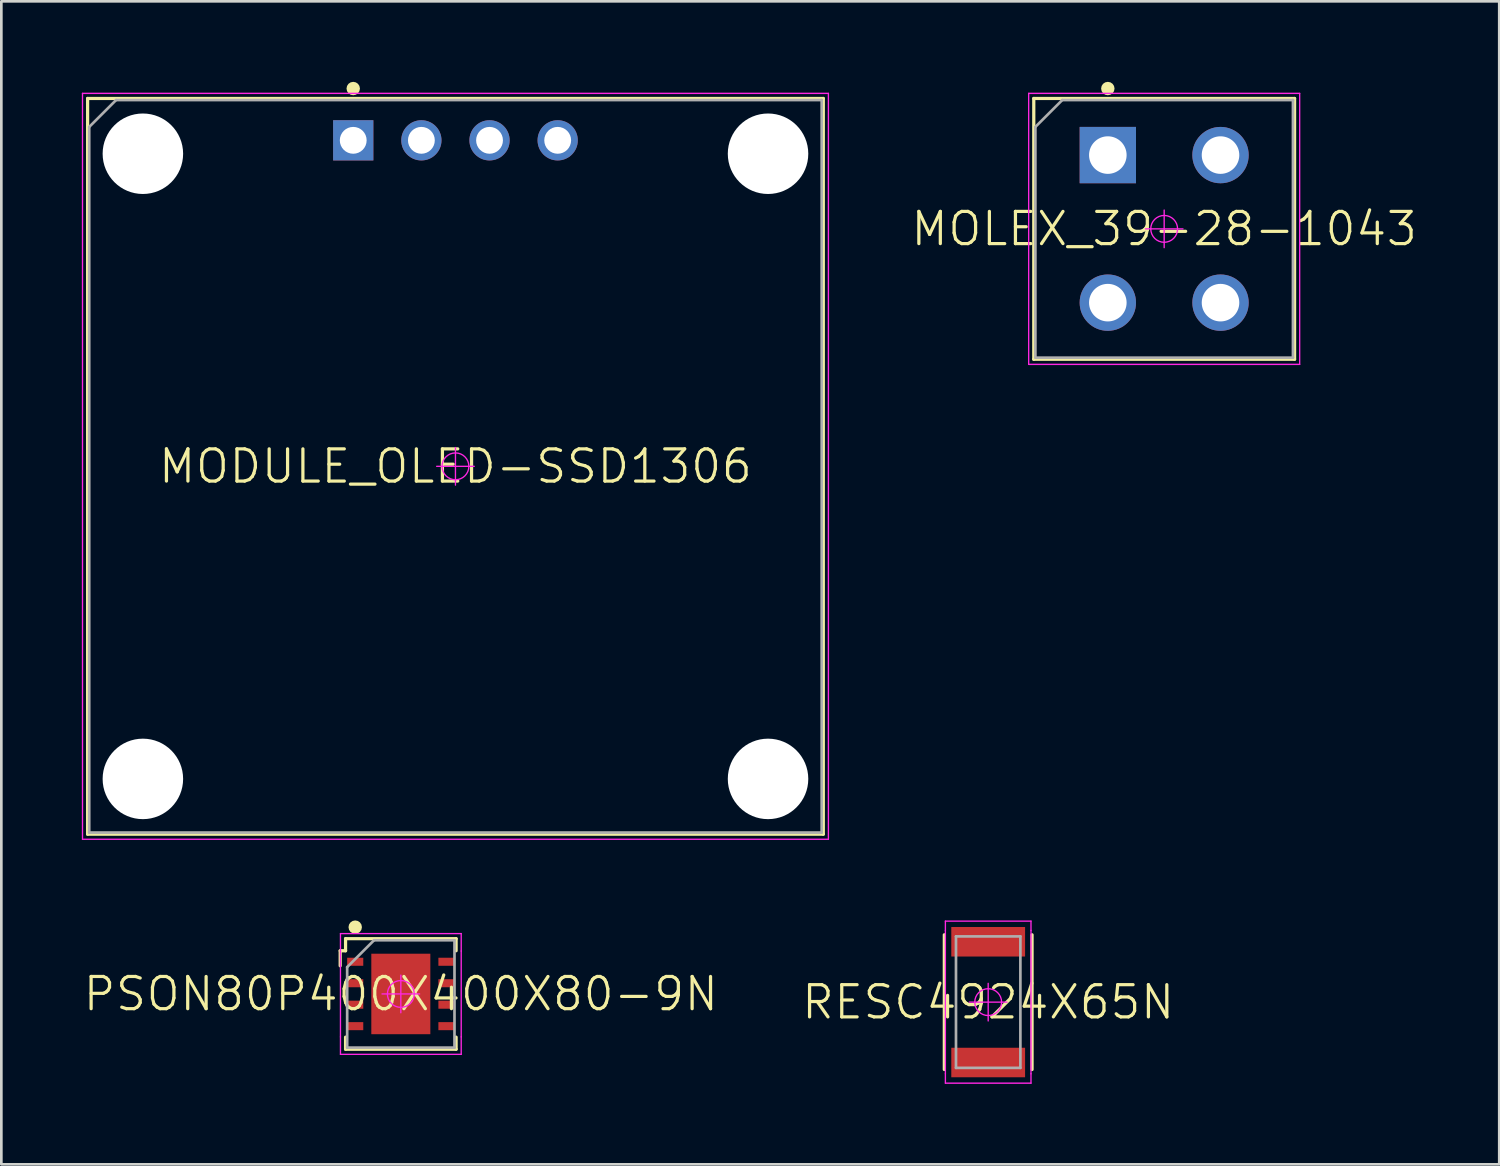
<source format=kicad_pcb>
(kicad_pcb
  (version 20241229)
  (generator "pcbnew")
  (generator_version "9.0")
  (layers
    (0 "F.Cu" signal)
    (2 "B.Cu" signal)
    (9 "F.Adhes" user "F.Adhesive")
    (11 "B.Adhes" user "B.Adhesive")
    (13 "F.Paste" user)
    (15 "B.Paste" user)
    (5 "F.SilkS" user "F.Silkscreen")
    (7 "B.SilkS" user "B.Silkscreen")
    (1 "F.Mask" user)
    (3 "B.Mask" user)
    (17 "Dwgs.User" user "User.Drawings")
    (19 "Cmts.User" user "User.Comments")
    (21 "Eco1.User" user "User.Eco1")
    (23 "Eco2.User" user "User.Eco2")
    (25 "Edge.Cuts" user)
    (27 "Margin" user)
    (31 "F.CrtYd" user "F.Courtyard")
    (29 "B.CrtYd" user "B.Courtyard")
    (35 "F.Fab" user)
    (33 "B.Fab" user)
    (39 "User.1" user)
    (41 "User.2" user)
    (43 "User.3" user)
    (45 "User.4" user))
  (footprint "MODULE_OLED-SSD1306"
    (layer "F.Cu")
    (at 13.925 14.33)
    (property "Reference" "MODULE_OLED-SSD1306" (at 0 0 0) (layer "F.SilkS") (effects (font (size 1.2 1.2) (thickness 0.12))))
    (attr through_hole)
    (fp_line (start -13.71 -13.71) (end 13.71 -13.71) (stroke (width 0.12) (type solid)) (layer "F.SilkS"))
    (fp_line (start -13.71 13.71) (end -13.71 -13.71) (stroke (width 0.12) (type solid)) (layer "F.SilkS"))
    (fp_line (start 13.71 -13.71) (end 13.71 13.71) (stroke (width 0.12) (type solid)) (layer "F.SilkS"))
    (fp_line (start 13.71 13.71) (end -13.71 13.71) (stroke (width 0.12) (type solid)) (layer "F.SilkS"))
    (fp_circle (center -3.81 -14.08) (end -3.81 -13.955) (stroke (width 0.25) (type solid)) (fill no) (layer "F.SilkS"))
    (fp_line (start -13.9 -13.9) (end 13.9 -13.9) (stroke (width 0.05) (type solid)) (layer "F.CrtYd"))
    (fp_line (start -13.9 13.9) (end -13.9 -13.9) (stroke (width 0.05) (type solid)) (layer "F.CrtYd"))
    (fp_line (start -0.7 0) (end 0.7 0) (stroke (width 0.05) (type solid)) (layer "F.CrtYd"))
    (fp_line (start 0 -0.7) (end 0 0.7) (stroke (width 0.05) (type solid)) (layer "F.CrtYd"))
    (fp_line (start 13.9 -13.9) (end 13.9 13.9) (stroke (width 0.05) (type solid)) (layer "F.CrtYd"))
    (fp_line (start 13.9 13.9) (end -13.9 13.9) (stroke (width 0.05) (type solid)) (layer "F.CrtYd"))
    (fp_circle (center 0 0) (end 0 0.5) (stroke (width 0.05) (type solid)) (fill no) (layer "F.CrtYd"))
    (fp_line (start -13.65 -12.65) (end -12.65 -13.65) (stroke (width 0.1) (type solid)) (layer "F.Fab"))
    (fp_line (start -13.65 13.65) (end -13.65 -12.65) (stroke (width 0.1) (type solid)) (layer "F.Fab"))
    (fp_line (start -12.65 -13.65) (end 13.65 -13.65) (stroke (width 0.1) (type solid)) (layer "F.Fab"))
    (fp_line (start 13.65 -13.65) (end 13.65 13.65) (stroke (width 0.1) (type solid)) (layer "F.Fab"))
    (fp_line (start 13.65 13.65) (end -13.65 13.65) (stroke (width 0.1) (type solid)) (layer "F.Fab"))
    (pad "" np_thru_hole circle (at -11.65 -11.65) (size 3 3) (drill 3) (layers "*.Cu" "*.Mask"))
    (pad "" np_thru_hole circle (at -11.65 11.65) (size 3 3) (drill 3) (layers "*.Cu" "*.Mask"))
    (pad "" np_thru_hole circle (at 11.65 -11.65) (size 3 3) (drill 3) (layers "*.Cu" "*.Mask"))
    (pad "" np_thru_hole circle (at 11.65 11.65) (size 3 3) (drill 3) (layers "*.Cu" "*.Mask"))
    (pad "1" thru_hole rect (at -3.81 -12.15) (size 1.5 1.5) (drill 1) (layers "*.Cu" "*.Paste" "*.Mask"))
    (pad "2" thru_hole circle (at -1.27 -12.15) (size 1.5 1.5) (drill 1) (layers "*.Cu" "*.Paste" "*.Mask"))
    (pad "3" thru_hole circle (at 1.27 -12.15) (size 1.5 1.5) (drill 1) (layers "*.Cu" "*.Paste" "*.Mask"))
    (pad "4" thru_hole circle (at 3.81 -12.15) (size 1.5 1.5) (drill 1) (layers "*.Cu" "*.Paste" "*.Mask")))
  (footprint "RESC4924X65N"
    (layer "F.Cu")
    (at 33.78 34.3)
    (property "Reference" "RESC4924X65N" (at 0 0 0) (layer "F.SilkS") (effects (font (size 1.2 1.2) (thickness 0.12))))
    (attr smd)
    (fp_line (start -1.635 -2.51) (end -1.635 2.51) (stroke (width 0.12) (type solid)) (layer "F.SilkS"))
    (fp_line (start 1.635 -2.51) (end 1.635 2.51) (stroke (width 0.12) (type solid)) (layer "F.SilkS"))
    (fp_line (start -1.595 -3.02) (end -1.595 -2.67) (stroke (width 0.05) (type solid)) (layer "F.CrtYd"))
    (fp_line (start -1.595 -2.67) (end -1.595 2.67) (stroke (width 0.05) (type solid)) (layer "F.CrtYd"))
    (fp_line (start -1.595 2.67) (end -1.595 3.02) (stroke (width 0.05) (type solid)) (layer "F.CrtYd"))
    (fp_line (start -1.595 3.02) (end 1.595 3.02) (stroke (width 0.05) (type solid)) (layer "F.CrtYd"))
    (fp_line (start -0.7 0) (end 0.7 0) (stroke (width 0.05) (type solid)) (layer "F.CrtYd"))
    (fp_line (start 0 -0.7) (end 0 0.7) (stroke (width 0.05) (type solid)) (layer "F.CrtYd"))
    (fp_line (start 1.595 -3.02) (end -1.595 -3.02) (stroke (width 0.05) (type solid)) (layer "F.CrtYd"))
    (fp_line (start 1.595 -2.67) (end 1.595 -3.02) (stroke (width 0.05) (type solid)) (layer "F.CrtYd"))
    (fp_line (start 1.595 2.67) (end 1.595 -2.67) (stroke (width 0.05) (type solid)) (layer "F.CrtYd"))
    (fp_line (start 1.595 3.02) (end 1.595 2.67) (stroke (width 0.05) (type solid)) (layer "F.CrtYd"))
    (fp_circle (center 0 0) (end 0 0.5) (stroke (width 0.05) (type solid)) (fill no) (layer "F.CrtYd"))
    (fp_line (start -1.2 -2.45) (end 1.2 -2.45) (stroke (width 0.1) (type solid)) (layer "F.Fab"))
    (fp_line (start -1.2 2.45) (end -1.2 -2.45) (stroke (width 0.1) (type solid)) (layer "F.Fab"))
    (fp_line (start 1.2 -2.45) (end 1.2 2.45) (stroke (width 0.1) (type solid)) (layer "F.Fab"))
    (fp_line (start 1.2 2.45) (end -1.2 2.45) (stroke (width 0.1) (type solid)) (layer "F.Fab"))
    (pad "1" smd rect (at 0 -2.25) (size 2.75 1.1) (layers "F.Cu" "F.Mask" "F.Paste"))
    (pad "2" smd rect (at 0 2.25) (size 2.75 1.1) (layers "F.Cu" "F.Mask" "F.Paste")))
  (footprint "PSON80P400X400X80-9N"
    (layer "F.Cu")
    (at 11.889 33.995)
    (property "Reference" "PSON80P400X400X80-9N" (at 0 0 0) (layer "F.SilkS") (effects (font (size 1.2 1.2) (thickness 0.12))))
    (attr smd)
    (fp_line (start -2.26 -1.61) (end -2.26 -1.05) (stroke (width 0.12) (type solid)) (layer "F.SilkS"))
    (fp_line (start -2.06 -2.06) (end -2.06 -1.61) (stroke (width 0.12) (type solid)) (layer "F.SilkS"))
    (fp_line (start -2.06 -2.06) (end 2.06 -2.06) (stroke (width 0.12) (type solid)) (layer "F.SilkS"))
    (fp_line (start -2.06 -1.61) (end -2.26 -1.61) (stroke (width 0.12) (type solid)) (layer "F.SilkS"))
    (fp_line (start -2.06 1.61) (end -2.06 2.06) (stroke (width 0.12) (type solid)) (layer "F.SilkS"))
    (fp_line (start 2.06 -2.06) (end 2.06 -1.61) (stroke (width 0.12) (type solid)) (layer "F.SilkS"))
    (fp_line (start 2.06 1.61) (end 2.06 2.06) (stroke (width 0.12) (type solid)) (layer "F.SilkS"))
    (fp_line (start 2.06 2.06) (end -2.06 2.06) (stroke (width 0.12) (type solid)) (layer "F.SilkS"))
    (fp_circle (center -1.7 -2.49) (end -1.7 -2.365) (stroke (width 0.25) (type solid)) (fill no) (layer "F.SilkS"))
    (fp_line (start -2.25 -2.25) (end 2.25 -2.25) (stroke (width 0.05) (type solid)) (layer "F.CrtYd"))
    (fp_line (start -2.25 -1.6) (end -2.25 -2.25) (stroke (width 0.05) (type solid)) (layer "F.CrtYd"))
    (fp_line (start -2.25 1.6) (end -2.25 -1.6) (stroke (width 0.05) (type solid)) (layer "F.CrtYd"))
    (fp_line (start -2.25 2.25) (end -2.25 1.6) (stroke (width 0.05) (type solid)) (layer "F.CrtYd"))
    (fp_line (start -0.7 0) (end 0.7 0) (stroke (width 0.05) (type solid)) (layer "F.CrtYd"))
    (fp_line (start 0 -0.7) (end 0 0.7) (stroke (width 0.05) (type solid)) (layer "F.CrtYd"))
    (fp_line (start 2.25 -2.25) (end 2.25 -1.6) (stroke (width 0.05) (type solid)) (layer "F.CrtYd"))
    (fp_line (start 2.25 -1.6) (end 2.25 1.6) (stroke (width 0.05) (type solid)) (layer "F.CrtYd"))
    (fp_line (start 2.25 1.6) (end 2.25 2.25) (stroke (width 0.05) (type solid)) (layer "F.CrtYd"))
    (fp_line (start 2.25 2.25) (end -2.25 2.25) (stroke (width 0.05) (type solid)) (layer "F.CrtYd"))
    (fp_circle (center 0 0) (end 0 0.5) (stroke (width 0.05) (type solid)) (fill no) (layer "F.CrtYd"))
    (fp_line (start -2 -1) (end -1 -2) (stroke (width 0.1) (type solid)) (layer "F.Fab"))
    (fp_line (start -2 2) (end -2 -1) (stroke (width 0.1) (type solid)) (layer "F.Fab"))
    (fp_line (start -1 -2) (end 2 -2) (stroke (width 0.1) (type solid)) (layer "F.Fab"))
    (fp_line (start 2 -2) (end 2 2) (stroke (width 0.1) (type solid)) (layer "F.Fab"))
    (fp_line (start 2 2) (end -2 2) (stroke (width 0.1) (type solid)) (layer "F.Fab"))
    (pad "1" smd rect (at -1.7 -1.2) (size 0.6 0.3) (layers "F.Cu" "F.Mask" "F.Paste"))
    (pad "2" smd rect (at -1.7 -0.4) (size 0.6 0.3) (layers "F.Cu" "F.Mask" "F.Paste"))
    (pad "3" smd rect (at -1.7 0.4) (size 0.6 0.3) (layers "F.Cu" "F.Mask" "F.Paste"))
    (pad "4" smd rect (at -1.7 1.2) (size 0.6 0.3) (layers "F.Cu" "F.Mask" "F.Paste"))
    (pad "5" smd rect (at 1.7 1.2) (size 0.6 0.3) (layers "F.Cu" "F.Mask" "F.Paste"))
    (pad "6" smd rect (at 1.7 0.4) (size 0.6 0.3) (layers "F.Cu" "F.Mask" "F.Paste"))
    (pad "7" smd rect (at 1.7 -0.4) (size 0.6 0.3) (layers "F.Cu" "F.Mask" "F.Paste"))
    (pad "8" smd rect (at 1.7 -1.2) (size 0.6 0.3) (layers "F.Cu" "F.Mask" "F.Paste"))
    (pad "9" smd rect (at 0 0) (size 2.2 3) (layers "F.Cu" "F.Mask" "F.Paste")))
  (footprint "MOLEX_39-28-1043"
    (layer "F.Cu")
    (at 40.339 5.48)
    (property "Reference" "MOLEX_39-28-1043" (at 0 0 0) (layer "F.SilkS") (effects (font (size 1.2 1.2) (thickness 0.12))))
    (attr through_hole)
    (fp_line (start -4.86 -4.86) (end 4.86 -4.86) (stroke (width 0.12) (type solid)) (layer "F.SilkS"))
    (fp_line (start -4.86 4.86) (end -4.86 -4.86) (stroke (width 0.12) (type solid)) (layer "F.SilkS"))
    (fp_line (start 4.86 -4.86) (end 4.86 4.86) (stroke (width 0.12) (type solid)) (layer "F.SilkS"))
    (fp_line (start 4.86 4.86) (end -4.86 4.86) (stroke (width 0.12) (type solid)) (layer "F.SilkS"))
    (fp_circle (center -2.1 -5.23) (end -2.1 -5.105) (stroke (width 0.25) (type solid)) (fill no) (layer "F.SilkS"))
    (fp_line (start -5.05 -5.05) (end 5.05 -5.05) (stroke (width 0.05) (type solid)) (layer "F.CrtYd"))
    (fp_line (start -5.05 5.05) (end -5.05 -5.05) (stroke (width 0.05) (type solid)) (layer "F.CrtYd"))
    (fp_line (start -0.7 0) (end 0.7 0) (stroke (width 0.05) (type solid)) (layer "F.CrtYd"))
    (fp_line (start 0 -0.7) (end 0 0.7) (stroke (width 0.05) (type solid)) (layer "F.CrtYd"))
    (fp_line (start 5.05 -5.05) (end 5.05 5.05) (stroke (width 0.05) (type solid)) (layer "F.CrtYd"))
    (fp_line (start 5.05 5.05) (end -5.05 5.05) (stroke (width 0.05) (type solid)) (layer "F.CrtYd"))
    (fp_circle (center 0 0) (end 0 0.5) (stroke (width 0.05) (type solid)) (fill no) (layer "F.CrtYd"))
    (fp_line (start -4.8 -3.8) (end -3.8 -4.8) (stroke (width 0.1) (type solid)) (layer "F.Fab"))
    (fp_line (start -4.8 4.8) (end -4.8 -3.8) (stroke (width 0.1) (type solid)) (layer "F.Fab"))
    (fp_line (start -3.8 -4.8) (end 4.8 -4.8) (stroke (width 0.1) (type solid)) (layer "F.Fab"))
    (fp_line (start 4.8 -4.8) (end 4.8 4.8) (stroke (width 0.1) (type solid)) (layer "F.Fab"))
    (fp_line (start 4.8 4.8) (end -4.8 4.8) (stroke (width 0.1) (type solid)) (layer "F.Fab"))
    (pad "1" thru_hole rect (at -2.1 -2.75) (size 2.1 2.1) (drill 1.4) (layers "*.Cu" "*.Paste" "*.Mask"))
    (pad "2" thru_hole circle (at 2.1 -2.75) (size 2.1 2.1) (drill 1.4) (layers "*.Cu" "*.Paste" "*.Mask"))
    (pad "3" thru_hole circle (at -2.1 2.75) (size 2.1 2.1) (drill 1.4) (layers "*.Cu" "*.Paste" "*.Mask"))
    (pad "4" thru_hole circle (at 2.1 2.75) (size 2.1 2.1) (drill 1.4) (layers "*.Cu" "*.Paste" "*.Mask")))
  (gr_rect
    (start -3 -3)
    (end 52.827 40.345)
    (stroke (width 0.1) (type default))
    (fill no)
    (layer "Edge.Cuts")))
</source>
